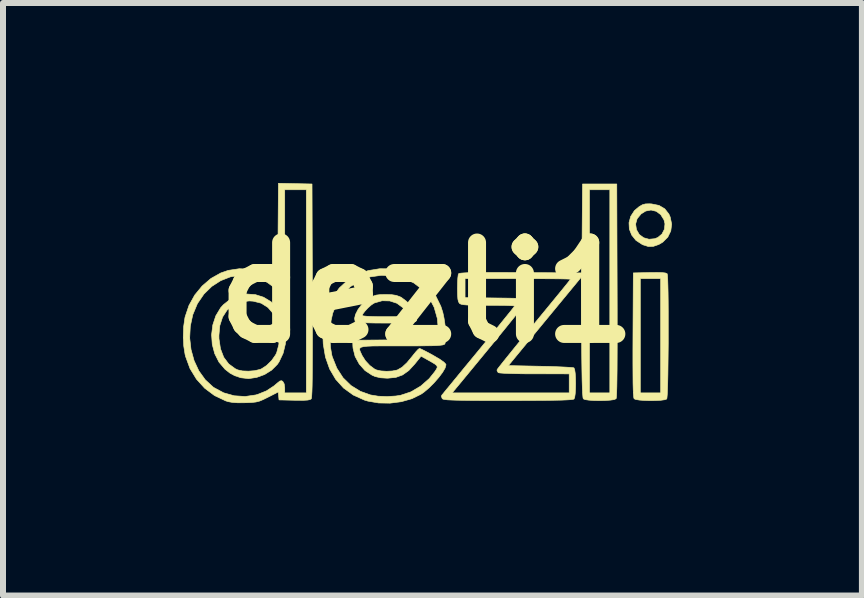
<source format=kicad_pcb>
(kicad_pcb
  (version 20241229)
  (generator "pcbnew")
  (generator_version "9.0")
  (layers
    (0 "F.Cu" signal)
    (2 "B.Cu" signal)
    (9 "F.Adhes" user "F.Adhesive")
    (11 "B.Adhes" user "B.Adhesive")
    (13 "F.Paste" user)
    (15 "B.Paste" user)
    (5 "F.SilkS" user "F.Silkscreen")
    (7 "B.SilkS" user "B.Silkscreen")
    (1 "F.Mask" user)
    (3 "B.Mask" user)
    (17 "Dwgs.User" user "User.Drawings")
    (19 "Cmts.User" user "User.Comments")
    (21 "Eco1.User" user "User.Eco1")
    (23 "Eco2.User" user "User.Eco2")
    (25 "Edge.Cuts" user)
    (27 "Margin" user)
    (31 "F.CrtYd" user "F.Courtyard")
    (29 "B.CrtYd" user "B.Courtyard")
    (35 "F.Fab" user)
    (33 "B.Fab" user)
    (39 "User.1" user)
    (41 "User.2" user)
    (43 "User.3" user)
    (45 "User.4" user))
  (footprint "dezli1"
    (layer "F.Cu")
    (at 8.067 3.627)
    (property "Reference" "dezli1" (at -4 -1.8 0) (layer "F.SilkS") (effects (font (size 1.524 1.524) (thickness 0.3))))
    (attr through_hole)
    (fp_poly (pts (xy -0.256 -3.278) (xy -0.132 -3.253) (xy -0.036 -3.196) (xy 0.033 -3.108) (xy 0.054 -3.06) (xy 0.079 -2.941) (xy 0.064 -2.827) (xy 0.014 -2.724) (xy -0.069 -2.641) (xy -0.135 -2.602) (xy -0.228 -2.57) (xy -0.31 -2.568) (xy -0.399 -2.596) (xy -0.412 -2.602) (xy -0.516 -2.67) (xy -0.587 -2.758) (xy -0.627 -2.859) (xy -0.631 -2.943) (xy -0.522 -2.943) (xy -0.508 -2.849) (xy -0.461 -2.768) (xy -0.388 -2.714) (xy -0.299 -2.689) (xy -0.204 -2.698) (xy -0.151 -2.719) (xy -0.083 -2.776) (xy -0.042 -2.856) (xy -0.033 -2.946) (xy -0.049 -3.012) (xy -0.104 -3.1) (xy -0.179 -3.155) (xy -0.265 -3.176) (xy -0.354 -3.159) (xy -0.431 -3.111) (xy -0.497 -3.031) (xy -0.522 -2.943) (xy -0.631 -2.943) (xy -0.632 -2.966) (xy -0.604 -3.07) (xy -0.542 -3.166) (xy -0.465 -3.231) (xy -0.409 -3.264) (xy -0.358 -3.278) (xy -0.291 -3.28) (xy -0.256 -3.278)) (stroke (width 0.01) (type solid)) (fill yes) (layer "F.SilkS"))
    (fp_poly (pts (xy -0.08 -2.133) (xy -0.027 -2.127) (xy -0.000082 -2.117) (xy 0.004 -2.113) (xy 0.009 -2.084) (xy 0.013 -2.019) (xy 0.016 -1.922) (xy 0.019 -1.798) (xy 0.021 -1.652) (xy 0.022 -1.489) (xy 0.022 -1.314) (xy 0.022 -1.133) (xy 0.022 -0.95) (xy 0.02 -0.77) (xy 0.018 -0.598) (xy 0.016 -0.44) (xy 0.013 -0.3) (xy 0.009 -0.184) (xy 0.005 -0.096) (xy 0.000146 -0.042) (xy -0.004 -0.026) (xy -0.037 -0.014) (xy -0.102 -0.005) (xy -0.186 -0.000482) (xy -0.281 0.001) (xy -0.375 -0.002) (xy -0.458 -0.008) (xy -0.519 -0.018) (xy -0.547 -0.03) (xy -0.553 -0.051) (xy -0.558 -0.1) (xy -0.562 -0.179) (xy -0.565 -0.29) (xy -0.566 -0.435) (xy -0.567 -0.617) (xy -0.567 -0.837) (xy -0.566 -1.093) (xy -0.561 -2.033) (xy -0.444 -2.033) (xy -0.444 -0.128) (xy -0.105 -0.128) (xy -0.105 -2.033) (xy -0.444 -2.033) (xy -0.561 -2.033) (xy -0.56 -2.128) (xy -0.287 -2.134) (xy -0.165 -2.135) (xy -0.08 -2.133)) (stroke (width 0.01) (type solid)) (fill yes) (layer "F.SilkS"))
    (fp_poly (pts (xy -4.688 -1.768) (xy -4.588 -1.765) (xy -4.515 -1.754) (xy -4.453 -1.732) (xy -4.428 -1.72) (xy -4.338 -1.652) (xy -4.257 -1.558) (xy -4.198 -1.451) (xy -4.19 -1.427) (xy -4.177 -1.386) (xy -4.171 -1.354) (xy -4.176 -1.33) (xy -4.198 -1.314) (xy -4.241 -1.303) (xy -4.308 -1.296) (xy -4.405 -1.293) (xy -4.536 -1.292) (xy -4.686 -1.292) (xy -4.87 -1.293) (xy -5.014 -1.296) (xy -5.117 -1.301) (xy -5.178 -1.308) (xy -5.197 -1.315) (xy -5.207 -1.369) (xy -5.195 -1.418) (xy -5.08 -1.418) (xy -5.059 -1.411) (xy -5.001 -1.405) (xy -4.908 -1.401) (xy -4.786 -1.398) (xy -4.699 -1.398) (xy -4.562 -1.398) (xy -4.462 -1.4) (xy -4.393 -1.403) (xy -4.35 -1.408) (xy -4.327 -1.415) (xy -4.318 -1.426) (xy -4.317 -1.432) (xy -4.332 -1.466) (xy -4.368 -1.514) (xy -4.398 -1.546) (xy -4.501 -1.622) (xy -4.62 -1.661) (xy -4.747 -1.664) (xy -4.87 -1.629) (xy -4.888 -1.621) (xy -4.934 -1.589) (xy -4.986 -1.542) (xy -5.034 -1.49) (xy -5.069 -1.444) (xy -5.08 -1.418) (xy -5.195 -1.418) (xy -5.189 -1.44) (xy -5.148 -1.52) (xy -5.088 -1.599) (xy -5.015 -1.669) (xy -4.959 -1.709) (xy -4.9 -1.74) (xy -4.846 -1.758) (xy -4.781 -1.766) (xy -4.69 -1.768) (xy -4.688 -1.768)) (stroke (width 0.01) (type solid)) (fill yes) (layer "F.SilkS"))
    (fp_poly (pts (xy -6.86 -1.766) (xy -6.724 -1.723) (xy -6.6 -1.648) (xy -6.494 -1.543) (xy -6.421 -1.426) (xy -6.37 -1.278) (xy -6.35 -1.115) (xy -6.359 -0.948) (xy -6.398 -0.788) (xy -6.465 -0.646) (xy -6.494 -0.603) (xy -6.589 -0.508) (xy -6.707 -0.434) (xy -6.839 -0.386) (xy -6.973 -0.366) (xy -7.099 -0.38) (xy -7.101 -0.38) (xy -7.203 -0.414) (xy -7.283 -0.457) (xy -7.362 -0.519) (xy -7.366 -0.522) (xy -7.467 -0.641) (xy -7.538 -0.782) (xy -7.579 -0.937) (xy -7.589 -1.085) (xy -7.468 -1.085) (xy -7.467 -1.03) (xy -7.442 -0.863) (xy -7.388 -0.722) (xy -7.305 -0.611) (xy -7.196 -0.531) (xy -7.153 -0.511) (xy -7.075 -0.494) (xy -6.975 -0.49) (xy -6.872 -0.498) (xy -6.783 -0.519) (xy -6.762 -0.527) (xy -6.674 -0.584) (xy -6.59 -0.666) (xy -6.524 -0.76) (xy -6.505 -0.798) (xy -6.469 -0.934) (xy -6.46 -1.086) (xy -6.48 -1.239) (xy -6.525 -1.379) (xy -6.56 -1.446) (xy -6.651 -1.552) (xy -6.763 -1.623) (xy -6.897 -1.657) (xy -6.962 -1.661) (xy -7.108 -1.643) (xy -7.233 -1.59) (xy -7.333 -1.506) (xy -7.407 -1.392) (xy -7.453 -1.25) (xy -7.468 -1.085) (xy -7.589 -1.085) (xy -7.59 -1.099) (xy -7.57 -1.26) (xy -7.52 -1.412) (xy -7.439 -1.547) (xy -7.395 -1.596) (xy -7.275 -1.692) (xy -7.142 -1.752) (xy -7.002 -1.776) (xy -6.86 -1.766)) (stroke (width 0.01) (type solid)) (fill yes) (layer "F.SilkS"))
    (fp_poly (pts (xy -5.916 -3.61) (xy -5.91 -1.834) (xy -5.909 -1.495) (xy -5.909 -1.197) (xy -5.909 -0.937) (xy -5.91 -0.714) (xy -5.911 -0.526) (xy -5.912 -0.371) (xy -5.914 -0.247) (xy -5.917 -0.153) (xy -5.921 -0.086) (xy -5.925 -0.046) (xy -5.929 -0.029) (xy -5.95 -0.016) (xy -5.991 -0.008) (xy -6.06 -0.004) (xy -6.161 -0.005) (xy -6.21 -0.005) (xy -6.466 -0.011) (xy -6.479 -0.143) (xy -6.648 -0.057) (xy -6.729 -0.017) (xy -6.791 0.009) (xy -6.851 0.024) (xy -6.921 0.032) (xy -7.018 0.036) (xy -7.033 0.036) (xy -7.152 0.037) (xy -7.242 0.031) (xy -7.314 0.018) (xy -7.355 0.005) (xy -7.542 -0.084) (xy -7.705 -0.206) (xy -7.842 -0.357) (xy -7.95 -0.534) (xy -8.023 -0.733) (xy -8.032 -0.768) (xy -8.054 -0.908) (xy -8.061 -1.044) (xy -7.955 -1.044) (xy -7.933 -0.851) (xy -7.882 -0.666) (xy -7.803 -0.496) (xy -7.696 -0.347) (xy -7.565 -0.226) (xy -7.547 -0.214) (xy -7.388 -0.129) (xy -7.213 -0.08) (xy -7.031 -0.068) (xy -6.852 -0.094) (xy -6.819 -0.104) (xy -6.675 -0.162) (xy -6.548 -0.246) (xy -6.493 -0.293) (xy -6.451 -0.326) (xy -6.423 -0.331) (xy -6.403 -0.319) (xy -6.38 -0.278) (xy -6.371 -0.214) (xy -6.371 -0.21) (xy -6.371 -0.128) (xy -6.011 -0.128) (xy -6.011 -3.514) (xy -6.371 -3.514) (xy -6.371 -2.667) (xy -6.371 -2.452) (xy -6.371 -2.276) (xy -6.373 -2.134) (xy -6.375 -2.023) (xy -6.377 -1.94) (xy -6.381 -1.881) (xy -6.386 -1.842) (xy -6.392 -1.819) (xy -6.4 -1.809) (xy -6.402 -1.808) (xy -6.434 -1.814) (xy -6.488 -1.844) (xy -6.555 -1.891) (xy -6.652 -1.962) (xy -6.732 -2.011) (xy -6.811 -2.044) (xy -6.901 -2.068) (xy -6.936 -2.076) (xy -7.107 -2.089) (xy -7.277 -2.062) (xy -7.438 -1.999) (xy -7.587 -1.903) (xy -7.717 -1.776) (xy -7.823 -1.621) (xy -7.829 -1.61) (xy -7.904 -1.43) (xy -7.945 -1.239) (xy -7.955 -1.044) (xy -8.061 -1.044) (xy -8.062 -1.07) (xy -8.056 -1.232) (xy -8.035 -1.378) (xy -8.031 -1.396) (xy -7.967 -1.586) (xy -7.871 -1.759) (xy -7.747 -1.91) (xy -7.601 -2.035) (xy -7.437 -2.127) (xy -7.313 -2.17) (xy -7.126 -2.198) (xy -6.939 -2.189) (xy -6.759 -2.143) (xy -6.596 -2.063) (xy -6.582 -2.055) (xy -6.487 -1.991) (xy -6.482 -2.806) (xy -6.476 -3.622) (xy -5.916 -3.61)) (stroke (width 0.01) (type solid)) (fill yes) (layer "F.SilkS"))
    (fp_poly (pts (xy -4.589 -2.196) (xy -4.396 -2.161) (xy -4.233 -2.101) (xy -4.089 -2.011) (xy -3.959 -1.888) (xy -3.851 -1.739) (xy -3.769 -1.572) (xy -3.736 -1.47) (xy -3.716 -1.376) (xy -3.7 -1.271) (xy -3.69 -1.166) (xy -3.687 -1.071) (xy -3.69 -0.995) (xy -3.7 -0.949) (xy -3.703 -0.943) (xy -3.716 -0.934) (xy -3.739 -0.927) (xy -3.778 -0.922) (xy -3.836 -0.917) (xy -3.917 -0.914) (xy -4.027 -0.913) (xy -4.169 -0.911) (xy -4.348 -0.911) (xy -4.426 -0.911) (xy -4.622 -0.911) (xy -4.779 -0.911) (xy -4.901 -0.91) (xy -4.993 -0.906) (xy -5.057 -0.899) (xy -5.097 -0.889) (xy -5.118 -0.873) (xy -5.123 -0.852) (xy -5.115 -0.824) (xy -5.099 -0.789) (xy -5.082 -0.752) (xy -5.027 -0.665) (xy -4.953 -0.585) (xy -4.874 -0.526) (xy -4.84 -0.51) (xy -4.767 -0.494) (xy -4.673 -0.488) (xy -4.577 -0.493) (xy -4.501 -0.508) (xy -4.494 -0.51) (xy -4.417 -0.554) (xy -4.333 -0.632) (xy -4.238 -0.747) (xy -4.23 -0.758) (xy -4.184 -0.814) (xy -4.146 -0.855) (xy -4.124 -0.869) (xy -4.098 -0.859) (xy -4.043 -0.832) (xy -3.968 -0.793) (xy -3.892 -0.751) (xy -3.785 -0.688) (xy -3.717 -0.64) (xy -3.685 -0.605) (xy -3.683 -0.596) (xy -3.698 -0.542) (xy -3.74 -0.47) (xy -3.803 -0.386) (xy -3.879 -0.299) (xy -3.962 -0.215) (xy -4.047 -0.143) (xy -4.101 -0.105) (xy -4.252 -0.031) (xy -4.428 0.019) (xy -4.616 0.043) (xy -4.806 0.04) (xy -4.985 0.009) (xy -5.042 -0.008) (xy -5.23 -0.093) (xy -5.39 -0.209) (xy -5.521 -0.354) (xy -5.622 -0.526) (xy -5.692 -0.724) (xy -5.729 -0.944) (xy -5.733 -1.036) (xy -5.617 -1.036) (xy -5.608 -0.886) (xy -5.586 -0.758) (xy -5.579 -0.731) (xy -5.503 -0.541) (xy -5.399 -0.38) (xy -5.267 -0.251) (xy -5.11 -0.154) (xy -4.942 -0.094) (xy -4.813 -0.073) (xy -4.665 -0.067) (xy -4.519 -0.076) (xy -4.44 -0.088) (xy -4.268 -0.145) (xy -4.106 -0.24) (xy -3.963 -0.365) (xy -3.871 -0.48) (xy -3.841 -0.525) (xy -3.828 -0.556) (xy -3.836 -0.582) (xy -3.87 -0.61) (xy -3.933 -0.648) (xy -3.98 -0.674) (xy -4.098 -0.74) (xy -4.203 -0.61) (xy -4.304 -0.5) (xy -4.407 -0.427) (xy -4.52 -0.386) (xy -4.653 -0.373) (xy -4.665 -0.373) (xy -4.775 -0.38) (xy -4.864 -0.401) (xy -4.915 -0.423) (xy -5.033 -0.501) (xy -5.129 -0.609) (xy -5.198 -0.736) (xy -5.232 -0.872) (xy -5.235 -0.908) (xy -5.238 -1.006) (xy -4.524 -1.012) (xy -3.809 -1.017) (xy -3.809 -1.161) (xy -3.827 -1.368) (xy -3.88 -1.554) (xy -3.965 -1.717) (xy -4.079 -1.854) (xy -4.222 -1.962) (xy -4.391 -2.038) (xy -4.556 -2.077) (xy -4.76 -2.088) (xy -4.951 -2.061) (xy -5.124 -1.997) (xy -5.278 -1.898) (xy -5.407 -1.766) (xy -5.511 -1.604) (xy -5.571 -1.456) (xy -5.598 -1.336) (xy -5.613 -1.191) (xy -5.617 -1.036) (xy -5.733 -1.036) (xy -5.735 -1.08) (xy -5.717 -1.31) (xy -5.665 -1.521) (xy -5.579 -1.711) (xy -5.462 -1.876) (xy -5.314 -2.012) (xy -5.157 -2.105) (xy -4.978 -2.167) (xy -4.786 -2.198) (xy -4.589 -2.196)) (stroke (width 0.01) (type solid)) (fill yes) (layer "F.SilkS"))
    (fp_poly (pts (xy -0.83 -1.834) (xy -0.829 -1.491) (xy -0.829 -1.19) (xy -0.829 -0.927) (xy -0.83 -0.701) (xy -0.831 -0.511) (xy -0.833 -0.355) (xy -0.835 -0.232) (xy -0.838 -0.139) (xy -0.841 -0.076) (xy -0.845 -0.039) (xy -0.849 -0.03) (xy -0.881 -0.016) (xy -0.944 -0.007) (xy -1.029 -0.001) (xy -1.124 0.001) (xy -1.218 -0.001) (xy -1.302 -0.007) (xy -1.364 -0.016) (xy -1.394 -0.029) (xy -1.4 -0.054) (xy -1.405 -0.112) (xy -1.41 -0.206) (xy -1.414 -0.336) (xy -1.417 -0.503) (xy -1.42 -0.71) (xy -1.422 -0.958) (xy -1.423 -1.057) (xy -1.428 -2.057) (xy -2.036 -1.32) (xy -2.643 -0.583) (xy -2.11 -0.572) (xy -1.963 -0.569) (xy -1.829 -0.564) (xy -1.715 -0.559) (xy -1.626 -0.554) (xy -1.569 -0.549) (xy -1.55 -0.545) (xy -1.538 -0.516) (xy -1.529 -0.456) (xy -1.524 -0.376) (xy -1.522 -0.284) (xy -1.524 -0.193) (xy -1.529 -0.112) (xy -1.538 -0.053) (xy -1.549 -0.026) (xy -1.566 -0.02) (xy -1.606 -0.015) (xy -1.671 -0.011) (xy -1.764 -0.007) (xy -1.887 -0.005) (xy -2.043 -0.003) (xy -2.235 -0.002) (xy -2.464 -0.001) (xy -2.647 -0.001) (xy -2.891 -0.001) (xy -3.096 -0.001) (xy -3.266 -0.002) (xy -3.404 -0.004) (xy -3.512 -0.006) (xy -3.596 -0.009) (xy -3.657 -0.012) (xy -3.699 -0.017) (xy -3.726 -0.022) (xy -3.742 -0.029) (xy -3.746 -0.033) (xy -3.76 -0.072) (xy -3.752 -0.091) (xy -3.734 -0.112) (xy -3.721 -0.128) (xy -3.58 -0.128) (xy -1.629 -0.128) (xy -1.629 -0.445) (xy -2.206 -0.446) (xy -2.359 -0.446) (xy -2.499 -0.448) (xy -2.62 -0.451) (xy -2.717 -0.455) (xy -2.783 -0.46) (xy -2.812 -0.465) (xy -2.812 -0.465) (xy -2.832 -0.498) (xy -2.83 -0.516) (xy -2.814 -0.539) (xy -2.774 -0.59) (xy -2.712 -0.668) (xy -2.632 -0.767) (xy -2.536 -0.886) (xy -2.427 -1.02) (xy -2.307 -1.165) (xy -2.213 -1.28) (xy -2.088 -1.432) (xy -1.972 -1.573) (xy -1.867 -1.701) (xy -1.776 -1.812) (xy -1.702 -1.903) (xy -1.648 -1.97) (xy -1.616 -2.011) (xy -1.608 -2.022) (xy -1.629 -2.025) (xy -1.687 -2.027) (xy -1.779 -2.029) (xy -1.9 -2.03) (xy -2.046 -2.031) (xy -2.212 -2.032) (xy -2.394 -2.033) (xy -2.487 -2.033) (xy -3.365 -2.033) (xy -3.365 -1.716) (xy -2.862 -1.71) (xy -2.704 -1.708) (xy -2.583 -1.706) (xy -2.494 -1.704) (xy -2.432 -1.7) (xy -2.392 -1.695) (xy -2.369 -1.687) (xy -2.358 -1.677) (xy -2.354 -1.664) (xy -2.354 -1.662) (xy -2.355 -1.652) (xy -2.362 -1.636) (xy -2.376 -1.612) (xy -2.398 -1.579) (xy -2.432 -1.533) (xy -2.477 -1.474) (xy -2.537 -1.399) (xy -2.612 -1.306) (xy -2.704 -1.192) (xy -2.815 -1.056) (xy -2.947 -0.895) (xy -3.101 -0.708) (xy -3.278 -0.493) (xy -3.453 -0.281) (xy -3.58 -0.128) (xy -3.721 -0.128) (xy -3.693 -0.163) (xy -3.63 -0.239) (xy -3.549 -0.338) (xy -3.452 -0.456) (xy -3.343 -0.589) (xy -3.223 -0.734) (xy -3.135 -0.841) (xy -3.011 -0.992) (xy -2.896 -1.132) (xy -2.793 -1.259) (xy -2.703 -1.37) (xy -2.63 -1.46) (xy -2.577 -1.526) (xy -2.546 -1.566) (xy -2.539 -1.576) (xy -2.56 -1.58) (xy -2.616 -1.583) (xy -2.702 -1.586) (xy -2.812 -1.587) (xy -2.94 -1.588) (xy -2.982 -1.588) (xy -3.134 -1.589) (xy -3.249 -1.59) (xy -3.333 -1.593) (xy -3.391 -1.598) (xy -3.428 -1.605) (xy -3.451 -1.615) (xy -3.459 -1.622) (xy -3.475 -1.648) (xy -3.485 -1.692) (xy -3.49 -1.764) (xy -3.492 -1.869) (xy -3.492 -1.87) (xy -3.49 -1.964) (xy -3.486 -2.042) (xy -3.479 -2.096) (xy -3.474 -2.113) (xy -3.462 -2.119) (xy -3.432 -2.124) (xy -3.381 -2.128) (xy -3.307 -2.132) (xy -3.206 -2.134) (xy -3.075 -2.135) (xy -2.911 -2.135) (xy -2.711 -2.135) (xy -2.472 -2.134) (xy -2.438 -2.134) (xy -1.418 -2.128) (xy -1.413 -2.869) (xy -1.408 -3.514) (xy -1.291 -3.514) (xy -1.291 -0.128) (xy -0.952 -0.128) (xy -0.952 -3.514) (xy -1.291 -3.514) (xy -1.408 -3.514) (xy -1.407 -3.61) (xy -0.836 -3.61) (xy -0.83 -1.834)) (stroke (width 0.01) (type solid)) (fill yes) (layer "F.SilkS")))
  (gr_rect
    (start -3 -3)
    (end 11.317 6.877)
    (stroke (width 0.1) (type default))
    (fill no)
    (layer "Edge.Cuts")))
</source>
